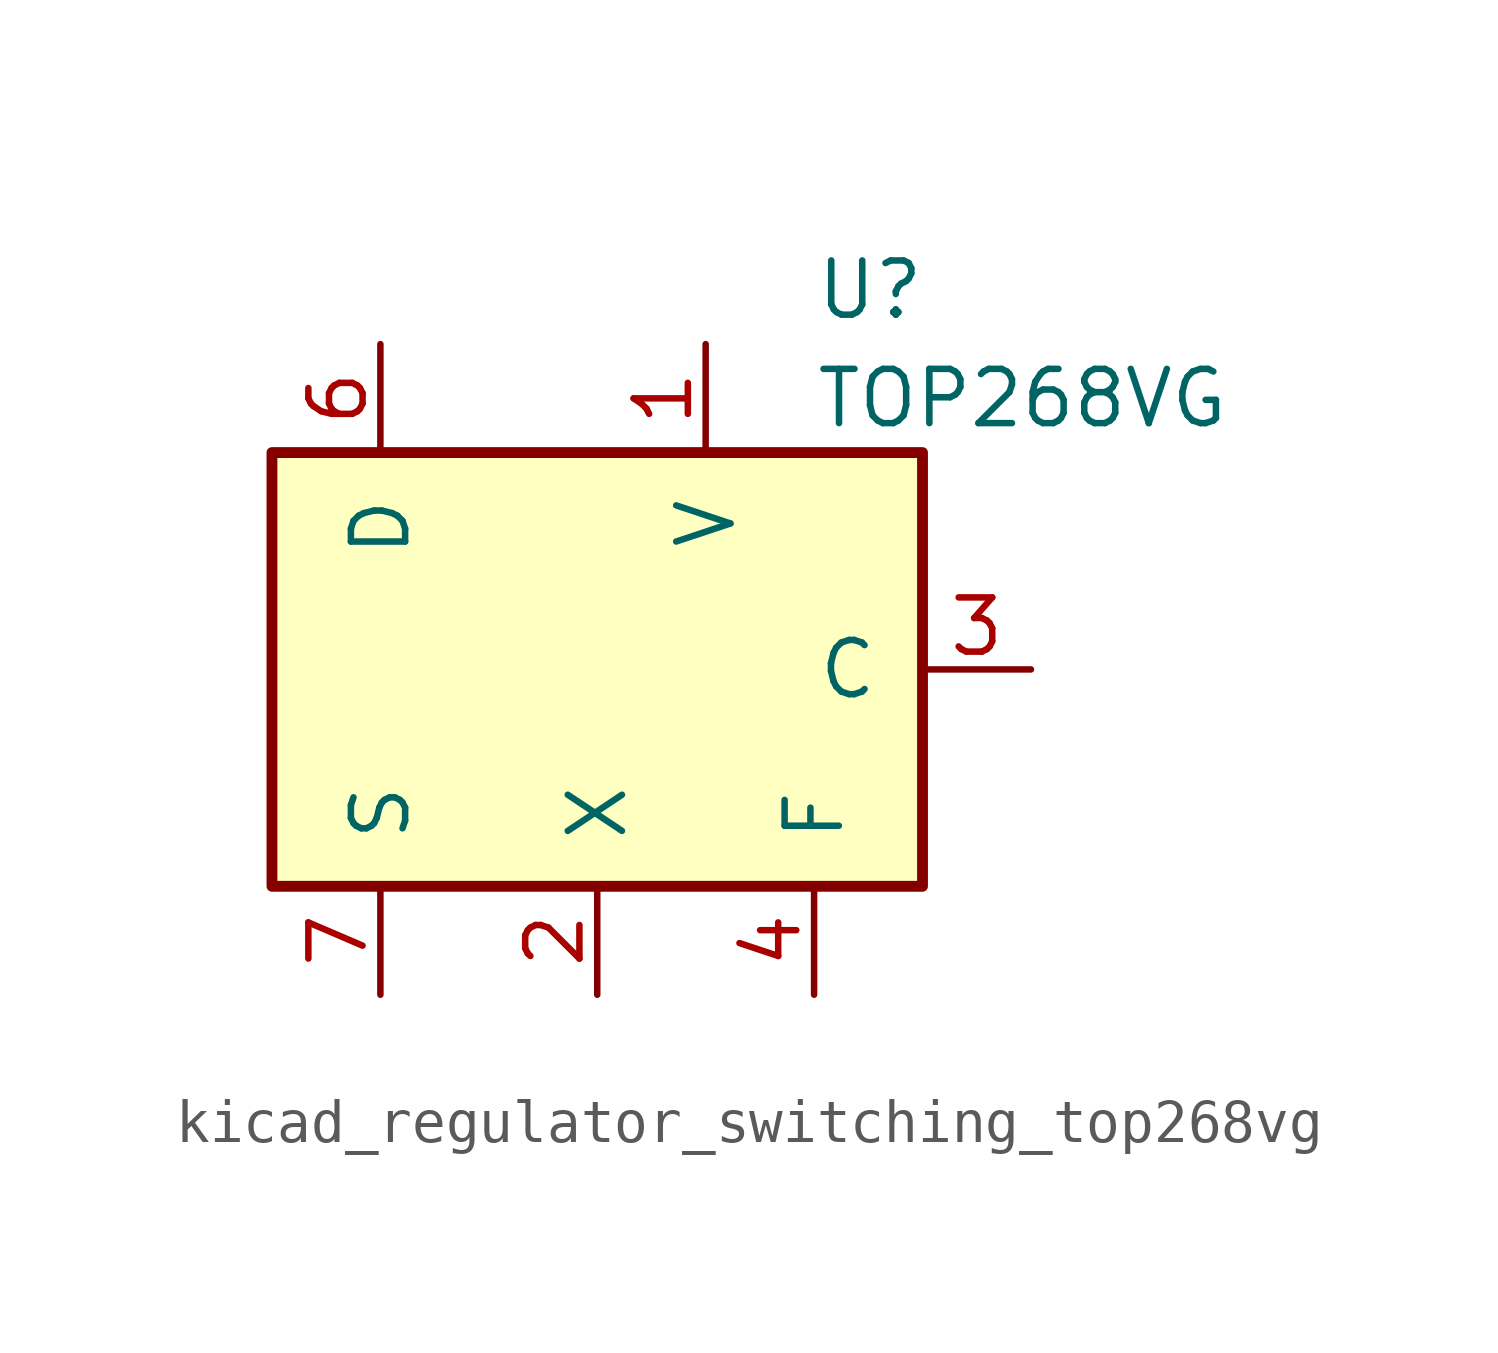
<source format=kicad_sym>
(kicad_symbol_lib
  (version 20220914)
  (generator kicad_symbol_editor)
  (symbol "kicad_regulator_switching_top268vg"
    (pin_names
      (offset 1.016))
    (property "Reference" "U"
      (at 5.08 8.89 0)
      (effects (font (size 1.27 1.27)) (justify left)))
    (property "Value" "TOP268VG"
      (at 5.08 6.35 0)
      (effects (font (size 1.27 1.27)) (justify left)))
    (symbol "kicad_regulator_switching_top268vg_0_1"
      (rectangle (start -7.62 5.08) (end 7.62 -5.08) (stroke (width 0.254) (type default)) (fill (type background))))
    (symbol "kicad_regulator_switching_top268vg_1_1"
      (pin input line (at 2.54 7.62 270) (length 2.54) (name "V" (effects (font (size 1.27 1.27)))) (number "1" (effects (font (size 1.27 1.27)))))
      (pin passive line (at -5.08 -7.62 90) (length 2.54) hide (name "S" (effects (font (size 1.27 1.27)))) (number "10" (effects (font (size 1.27 1.27)))))
      (pin passive line (at -5.08 -7.62 90) (length 2.54) hide (name "S" (effects (font (size 1.27 1.27)))) (number "11" (effects (font (size 1.27 1.27)))))
      (pin passive line (at -5.08 -7.62 90) (length 2.54) hide (name "S" (effects (font (size 1.27 1.27)))) (number "12" (effects (font (size 1.27 1.27)))))
      (pin input line (at 0 -7.62 90) (length 2.54) (name "X" (effects (font (size 1.27 1.27)))) (number "2" (effects (font (size 1.27 1.27)))))
      (pin input line (at 10.16 0 180) (length 2.54) (name "C" (effects (font (size 1.27 1.27)))) (number "3" (effects (font (size 1.27 1.27)))))
      (pin passive line (at 5.08 -7.62 90) (length 2.54) (name "F" (effects (font (size 1.27 1.27)))) (number "4" (effects (font (size 1.27 1.27)))))
      (pin open_collector line (at -5.08 7.62 270) (length 2.54) (name "D" (effects (font (size 1.27 1.27)))) (number "6" (effects (font (size 1.27 1.27)))))
      (pin power_in line (at -5.08 -7.62 90) (length 2.54) (name "S" (effects (font (size 1.27 1.27)))) (number "7" (effects (font (size 1.27 1.27)))))
      (pin passive line (at -5.08 -7.62 90) (length 2.54) hide (name "S" (effects (font (size 1.27 1.27)))) (number "8" (effects (font (size 1.27 1.27)))))
      (pin passive line (at -5.08 -7.62 90) (length 2.54) hide (name "S" (effects (font (size 1.27 1.27)))) (number "9" (effects (font (size 1.27 1.27))))))))
</source>
